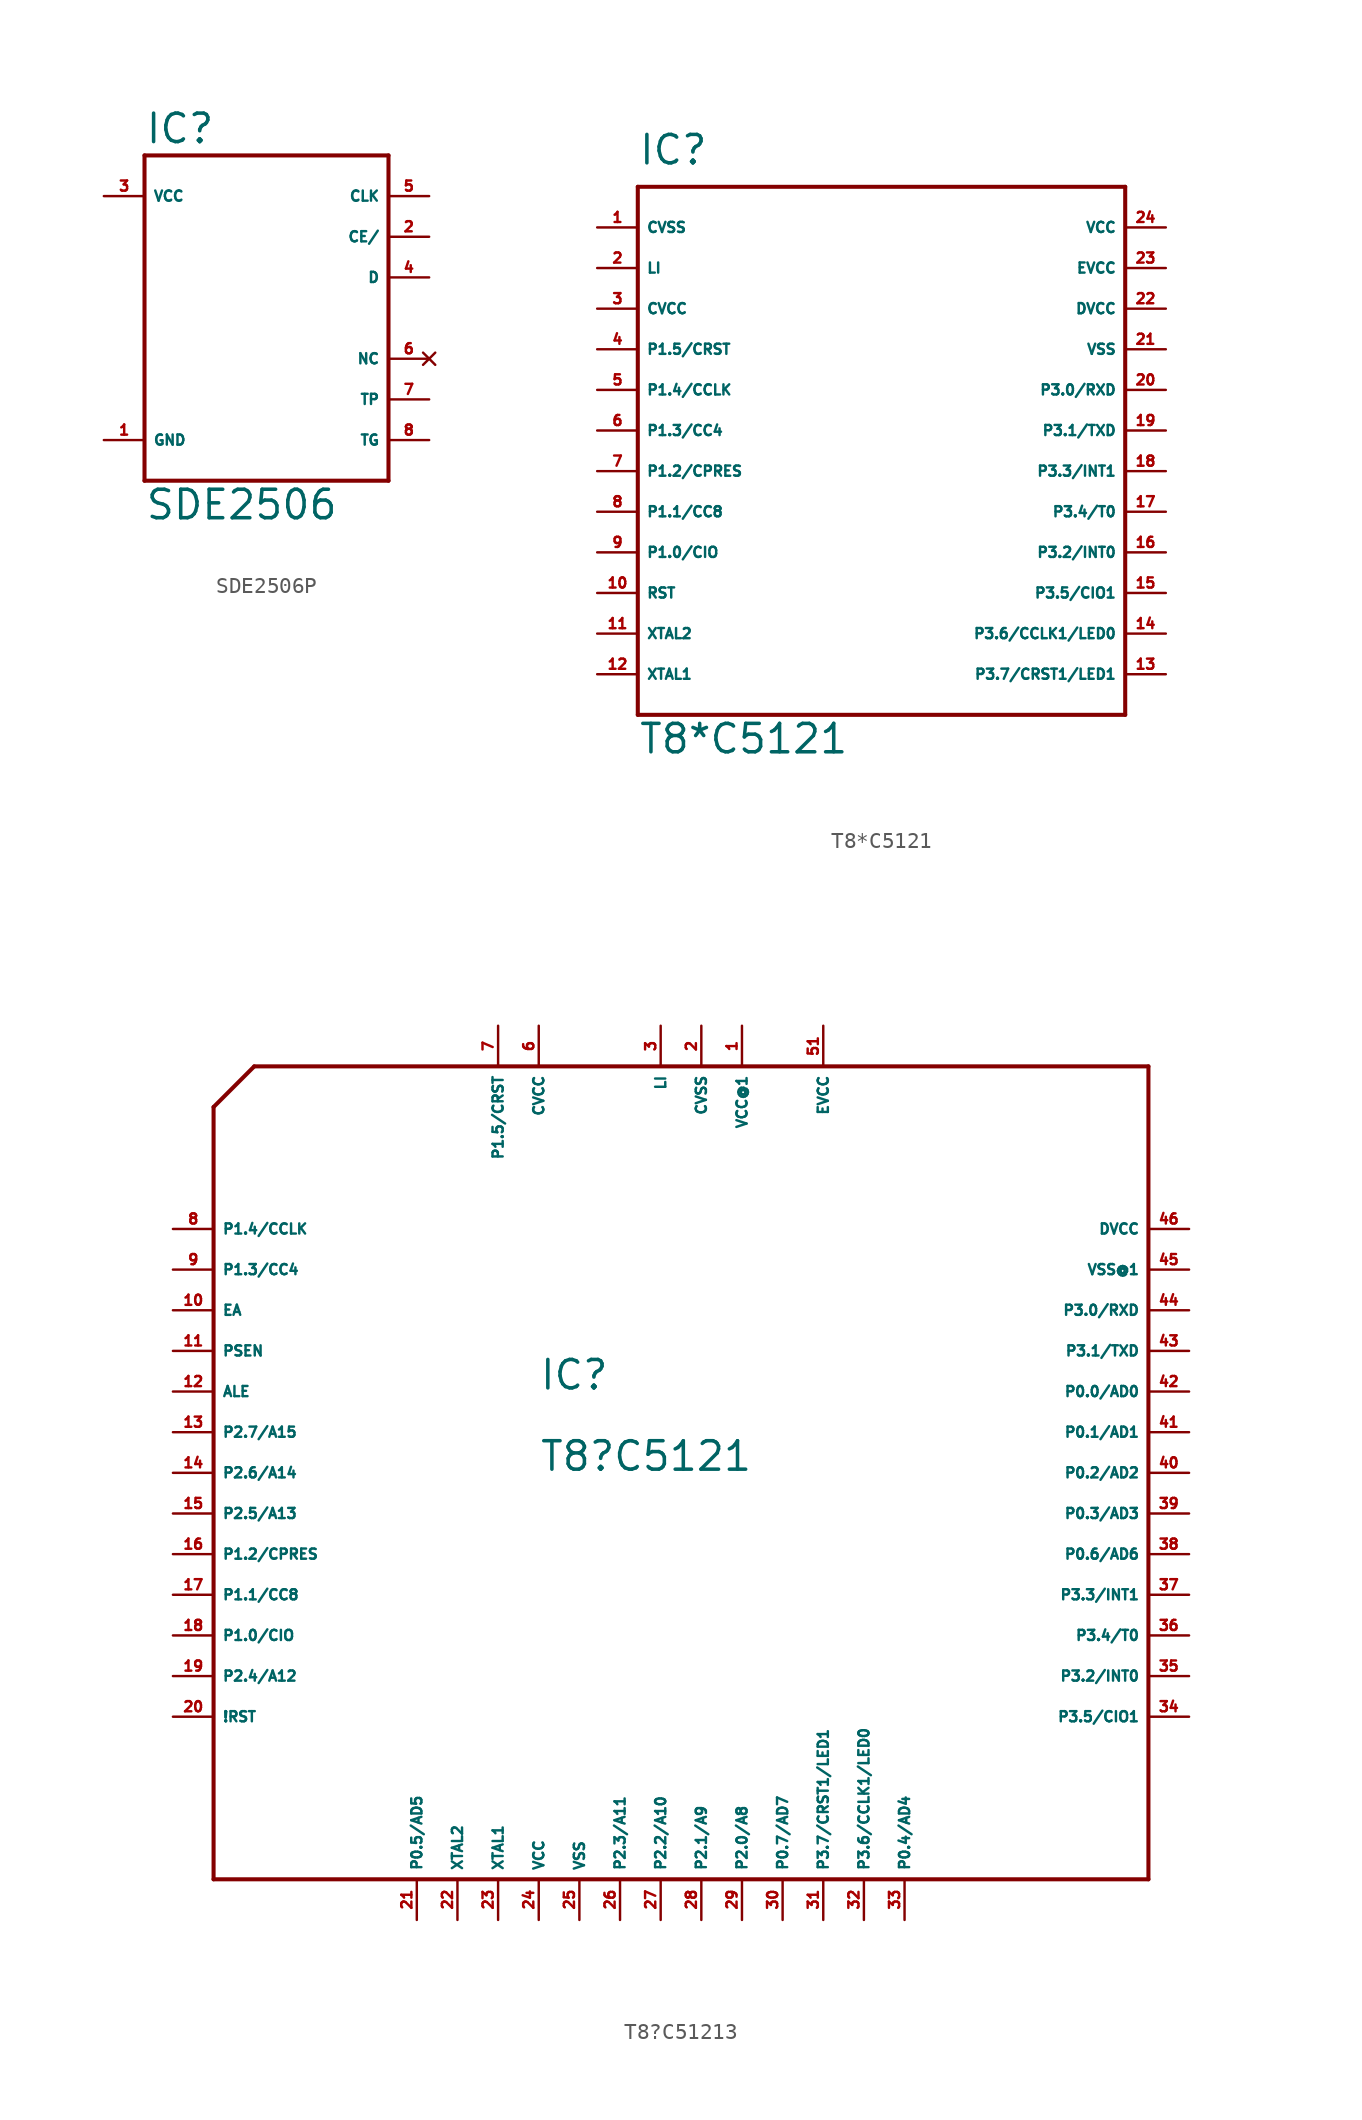
<source format=kicad_sym>
(kicad_symbol_lib
  (version 20220914)
  (generator Eagle2Kicad)
  (symbol "SDE2506P"
    (property "Reference" "IC"
      (at -7.62 10.795 0)
      (effects (font (size 1.778 1.778) (thickness 0.22)) (justify left bottom)))
    (property "Value" "SDE2506"
      (at -7.62 -12.7 0)
      (effects (font (size 1.778 1.778) (thickness 0.22)) (justify left bottom)))
    (polyline
      (pts (xy -7.62 10.16) (xy 7.62 10.16))
      (stroke (width 0.254) (type default))
      (fill (type none)))
    (polyline
      (pts (xy 7.62 10.16) (xy 7.62 -10.16))
      (stroke (width 0.254) (type default))
      (fill (type none)))
    (polyline
      (pts (xy 7.62 -10.16) (xy -7.62 -10.16))
      (stroke (width 0.254) (type default))
      (fill (type none)))
    (polyline
      (pts (xy -7.62 -10.16) (xy -7.62 10.16))
      (stroke (width 0.254) (type default))
      (fill (type none)))
    (pin input line
      (at 10.16 7.62 180)
      (length 2.54)
      (name "CLK" (effects (font (size 0.635 0.635) (thickness 0.08)) (justify left bottom)))
      (number "5" (effects (font (size 0.635 0.635) (thickness 0.08)) (justify left bottom))))
    (pin input line
      (at 10.16 5.08 180)
      (length 2.54)
      (name "CE/" (effects (font (size 0.635 0.635) (thickness 0.08)) (justify left bottom)))
      (number "2" (effects (font (size 0.635 0.635) (thickness 0.08)) (justify left bottom))))
    (pin bidirectional line
      (at 10.16 2.54 180)
      (length 2.54)
      (name "D" (effects (font (size 0.635 0.635) (thickness 0.08)) (justify left bottom)))
      (number "4" (effects (font (size 0.635 0.635) (thickness 0.08)) (justify left bottom))))
    (pin no_connect line
      (at 10.16 -2.54 180)
      (length 2.54)
      (name "NC" (effects (font (size 0.635 0.635) (thickness 0.08)) (justify left bottom) hide))
      (number "6" (effects (font (size 0.635 0.635) (thickness 0.08)) (justify left bottom) hide)))
    (pin input line
      (at 10.16 -5.08 180)
      (length 2.54)
      (name "TP" (effects (font (size 0.635 0.635) (thickness 0.08)) (justify left bottom)))
      (number "7" (effects (font (size 0.635 0.635) (thickness 0.08)) (justify left bottom))))
    (pin bidirectional line
      (at 10.16 -7.62 180)
      (length 2.54)
      (name "TG" (effects (font (size 0.635 0.635) (thickness 0.08)) (justify left bottom)))
      (number "8" (effects (font (size 0.635 0.635) (thickness 0.08)) (justify left bottom))))
    (pin unspecified line
      (at -10.16 -7.62 0)
      (length 2.54)
      (name "GND" (effects (font (size 0.635 0.635) (thickness 0.08)) (justify left bottom)))
      (number "1" (effects (font (size 0.635 0.635) (thickness 0.08)) (justify left bottom))))
    (pin unspecified line
      (at -10.16 7.62 0)
      (length 2.54)
      (name "VCC" (effects (font (size 0.635 0.635) (thickness 0.08)) (justify left bottom)))
      (number "3" (effects (font (size 0.635 0.635) (thickness 0.08)) (justify left bottom)))))
  (symbol "T8*C5121"
    (property "Reference" "IC"
      (at -15.24 19.05 0)
      (effects (font (size 1.778 1.778) (thickness 0.22)) (justify left bottom)))
    (property "Value" "T8*C5121"
      (at -15.24 -17.78 0)
      (effects (font (size 1.778 1.778) (thickness 0.22)) (justify left bottom)))
    (polyline
      (pts (xy -15.24 17.78) (xy -15.24 -15.24))
      (stroke (width 0.254) (type default))
      (fill (type none)))
    (polyline
      (pts (xy -15.24 -15.24) (xy 15.24 -15.24))
      (stroke (width 0.254) (type default))
      (fill (type none)))
    (polyline
      (pts (xy 15.24 -15.24) (xy 15.24 17.78))
      (stroke (width 0.254) (type default))
      (fill (type none)))
    (polyline
      (pts (xy 15.24 17.78) (xy -15.24 17.78))
      (stroke (width 0.254) (type default))
      (fill (type none)))
    (pin unspecified line
      (at -17.78 15.24 0)
      (length 2.54)
      (name "CVSS" (effects (font (size 0.635 0.635) (thickness 0.08)) (justify left bottom)))
      (number "1" (effects (font (size 0.635 0.635) (thickness 0.08)) (justify left bottom))))
    (pin unspecified line
      (at -17.78 12.7 0)
      (length 2.54)
      (name "LI" (effects (font (size 0.635 0.635) (thickness 0.08)) (justify left bottom)))
      (number "2" (effects (font (size 0.635 0.635) (thickness 0.08)) (justify left bottom))))
    (pin unspecified line
      (at -17.78 10.16 0)
      (length 2.54)
      (name "CVCC" (effects (font (size 0.635 0.635) (thickness 0.08)) (justify left bottom)))
      (number "3" (effects (font (size 0.635 0.635) (thickness 0.08)) (justify left bottom))))
    (pin bidirectional line
      (at -17.78 7.62 0)
      (length 2.54)
      (name "P1.5/CRST" (effects (font (size 0.635 0.635) (thickness 0.08)) (justify left bottom)))
      (number "4" (effects (font (size 0.635 0.635) (thickness 0.08)) (justify left bottom))))
    (pin bidirectional line
      (at -17.78 5.08 0)
      (length 2.54)
      (name "P1.4/CCLK" (effects (font (size 0.635 0.635) (thickness 0.08)) (justify left bottom)))
      (number "5" (effects (font (size 0.635 0.635) (thickness 0.08)) (justify left bottom))))
    (pin bidirectional line
      (at -17.78 2.54 0)
      (length 2.54)
      (name "P1.3/CC4" (effects (font (size 0.635 0.635) (thickness 0.08)) (justify left bottom)))
      (number "6" (effects (font (size 0.635 0.635) (thickness 0.08)) (justify left bottom))))
    (pin bidirectional line
      (at -17.78 0 0)
      (length 2.54)
      (name "P1.2/CPRES" (effects (font (size 0.635 0.635) (thickness 0.08)) (justify left bottom)))
      (number "7" (effects (font (size 0.635 0.635) (thickness 0.08)) (justify left bottom))))
    (pin bidirectional line
      (at -17.78 -2.54 0)
      (length 2.54)
      (name "P1.1/CC8" (effects (font (size 0.635 0.635) (thickness 0.08)) (justify left bottom)))
      (number "8" (effects (font (size 0.635 0.635) (thickness 0.08)) (justify left bottom))))
    (pin bidirectional line
      (at -17.78 -5.08 0)
      (length 2.54)
      (name "P1.0/CIO" (effects (font (size 0.635 0.635) (thickness 0.08)) (justify left bottom)))
      (number "9" (effects (font (size 0.635 0.635) (thickness 0.08)) (justify left bottom))))
    (pin bidirectional line
      (at -17.78 -7.62 0)
      (length 2.54)
      (name "RST" (effects (font (size 0.635 0.635) (thickness 0.08)) (justify left bottom)))
      (number "10" (effects (font (size 0.635 0.635) (thickness 0.08)) (justify left bottom))))
    (pin input line
      (at -17.78 -10.16 0)
      (length 2.54)
      (name "XTAL2" (effects (font (size 0.635 0.635) (thickness 0.08)) (justify left bottom)))
      (number "11" (effects (font (size 0.635 0.635) (thickness 0.08)) (justify left bottom))))
    (pin output line
      (at -17.78 -12.7 0)
      (length 2.54)
      (name "XTAL1" (effects (font (size 0.635 0.635) (thickness 0.08)) (justify left bottom)))
      (number "12" (effects (font (size 0.635 0.635) (thickness 0.08)) (justify left bottom))))
    (pin bidirectional line
      (at 17.78 -12.7 180)
      (length 2.54)
      (name "P3.7/CRST1/LED1" (effects (font (size 0.635 0.635) (thickness 0.08)) (justify left bottom)))
      (number "13" (effects (font (size 0.635 0.635) (thickness 0.08)) (justify left bottom))))
    (pin bidirectional line
      (at 17.78 -10.16 180)
      (length 2.54)
      (name "P3.6/CCLK1/LED0" (effects (font (size 0.635 0.635) (thickness 0.08)) (justify left bottom)))
      (number "14" (effects (font (size 0.635 0.635) (thickness 0.08)) (justify left bottom))))
    (pin bidirectional line
      (at 17.78 -7.62 180)
      (length 2.54)
      (name "P3.5/CIO1" (effects (font (size 0.635 0.635) (thickness 0.08)) (justify left bottom)))
      (number "15" (effects (font (size 0.635 0.635) (thickness 0.08)) (justify left bottom))))
    (pin bidirectional line
      (at 17.78 -5.08 180)
      (length 2.54)
      (name "P3.2/INT0" (effects (font (size 0.635 0.635) (thickness 0.08)) (justify left bottom)))
      (number "16" (effects (font (size 0.635 0.635) (thickness 0.08)) (justify left bottom))))
    (pin bidirectional line
      (at 17.78 -2.54 180)
      (length 2.54)
      (name "P3.4/T0" (effects (font (size 0.635 0.635) (thickness 0.08)) (justify left bottom)))
      (number "17" (effects (font (size 0.635 0.635) (thickness 0.08)) (justify left bottom))))
    (pin bidirectional line
      (at 17.78 0 180)
      (length 2.54)
      (name "P3.3/INT1" (effects (font (size 0.635 0.635) (thickness 0.08)) (justify left bottom)))
      (number "18" (effects (font (size 0.635 0.635) (thickness 0.08)) (justify left bottom))))
    (pin bidirectional line
      (at 17.78 2.54 180)
      (length 2.54)
      (name "P3.1/TXD" (effects (font (size 0.635 0.635) (thickness 0.08)) (justify left bottom)))
      (number "19" (effects (font (size 0.635 0.635) (thickness 0.08)) (justify left bottom))))
    (pin bidirectional line
      (at 17.78 5.08 180)
      (length 2.54)
      (name "P3.0/RXD" (effects (font (size 0.635 0.635) (thickness 0.08)) (justify left bottom)))
      (number "20" (effects (font (size 0.635 0.635) (thickness 0.08)) (justify left bottom))))
    (pin unspecified line
      (at 17.78 7.62 180)
      (length 2.54)
      (name "VSS" (effects (font (size 0.635 0.635) (thickness 0.08)) (justify left bottom)))
      (number "21" (effects (font (size 0.635 0.635) (thickness 0.08)) (justify left bottom))))
    (pin unspecified line
      (at 17.78 10.16 180)
      (length 2.54)
      (name "DVCC" (effects (font (size 0.635 0.635) (thickness 0.08)) (justify left bottom)))
      (number "22" (effects (font (size 0.635 0.635) (thickness 0.08)) (justify left bottom))))
    (pin passive line
      (at 17.78 12.7 180)
      (length 2.54)
      (name "EVCC" (effects (font (size 0.635 0.635) (thickness 0.08)) (justify left bottom)))
      (number "23" (effects (font (size 0.635 0.635) (thickness 0.08)) (justify left bottom))))
    (pin unspecified line
      (at 17.78 15.24 180)
      (length 2.54)
      (name "VCC" (effects (font (size 0.635 0.635) (thickness 0.08)) (justify left bottom)))
      (number "24" (effects (font (size 0.635 0.635) (thickness 0.08)) (justify left bottom)))))
  (symbol "T8?C51213"
    (property "Reference" "IC"
      (at -7.62 5.08 0)
      (effects (font (size 1.778 1.778) (thickness 0.22)) (justify left bottom)))
    (property "Value" "T8?C5121"
      (at -7.62 0 0)
      (effects (font (size 1.778 1.778) (thickness 0.22)) (justify left bottom)))
    (polyline
      (pts (xy -27.94 -25.4) (xy 30.48 -25.4))
      (stroke (width 0.254) (type default))
      (fill (type none)))
    (polyline
      (pts (xy 30.48 -25.4) (xy 30.48 25.4))
      (stroke (width 0.254) (type default))
      (fill (type none)))
    (polyline
      (pts (xy 30.48 25.4) (xy -25.4 25.4))
      (stroke (width 0.254) (type default))
      (fill (type none)))
    (polyline
      (pts (xy -25.4 25.4) (xy -27.94 22.86))
      (stroke (width 0.254) (type default))
      (fill (type none)))
    (polyline
      (pts (xy -27.94 22.86) (xy -27.94 -25.4))
      (stroke (width 0.254) (type default))
      (fill (type none)))
    (pin unspecified line
      (at 2.54 27.94 270)
      (length 2.54)
      (name "CVSS" (effects (font (size 0.635 0.635) (thickness 0.08)) (justify left bottom)))
      (number "2" (effects (font (size 0.635 0.635) (thickness 0.08)) (justify left bottom))))
    (pin unspecified line
      (at 0 27.94 270)
      (length 2.54)
      (name "LI" (effects (font (size 0.635 0.635) (thickness 0.08)) (justify left bottom)))
      (number "3" (effects (font (size 0.635 0.635) (thickness 0.08)) (justify left bottom))))
    (pin unspecified line
      (at -7.62 27.94 270)
      (length 2.54)
      (name "CVCC" (effects (font (size 0.635 0.635) (thickness 0.08)) (justify left bottom)))
      (number "6" (effects (font (size 0.635 0.635) (thickness 0.08)) (justify left bottom))))
    (pin bidirectional line
      (at -10.16 27.94 270)
      (length 2.54)
      (name "P1.5/CRST" (effects (font (size 0.635 0.635) (thickness 0.08)) (justify left bottom)))
      (number "7" (effects (font (size 0.635 0.635) (thickness 0.08)) (justify left bottom))))
    (pin bidirectional line
      (at -30.48 15.24 0)
      (length 2.54)
      (name "P1.4/CCLK" (effects (font (size 0.635 0.635) (thickness 0.08)) (justify left bottom)))
      (number "8" (effects (font (size 0.635 0.635) (thickness 0.08)) (justify left bottom))))
    (pin bidirectional line
      (at -30.48 12.7 0)
      (length 2.54)
      (name "P1.3/CC4" (effects (font (size 0.635 0.635) (thickness 0.08)) (justify left bottom)))
      (number "9" (effects (font (size 0.635 0.635) (thickness 0.08)) (justify left bottom))))
    (pin bidirectional line
      (at -30.48 -5.08 0)
      (length 2.54)
      (name "P1.2/CPRES" (effects (font (size 0.635 0.635) (thickness 0.08)) (justify left bottom)))
      (number "16" (effects (font (size 0.635 0.635) (thickness 0.08)) (justify left bottom))))
    (pin bidirectional line
      (at -30.48 -7.62 0)
      (length 2.54)
      (name "P1.1/CC8" (effects (font (size 0.635 0.635) (thickness 0.08)) (justify left bottom)))
      (number "17" (effects (font (size 0.635 0.635) (thickness 0.08)) (justify left bottom))))
    (pin bidirectional line
      (at -30.48 -10.16 0)
      (length 2.54)
      (name "P1.0/CIO" (effects (font (size 0.635 0.635) (thickness 0.08)) (justify left bottom)))
      (number "18" (effects (font (size 0.635 0.635) (thickness 0.08)) (justify left bottom))))
    (pin bidirectional line
      (at -30.48 -15.24 0)
      (length 2.54)
      (name "!RST" (effects (font (size 0.635 0.635) (thickness 0.08)) (justify left bottom)))
      (number "20" (effects (font (size 0.635 0.635) (thickness 0.08)) (justify left bottom))))
    (pin input line
      (at -12.7 -27.94 90)
      (length 2.54)
      (name "XTAL2" (effects (font (size 0.635 0.635) (thickness 0.08)) (justify left bottom)))
      (number "22" (effects (font (size 0.635 0.635) (thickness 0.08)) (justify left bottom))))
    (pin output line
      (at -10.16 -27.94 90)
      (length 2.54)
      (name "XTAL1" (effects (font (size 0.635 0.635) (thickness 0.08)) (justify left bottom)))
      (number "23" (effects (font (size 0.635 0.635) (thickness 0.08)) (justify left bottom))))
    (pin bidirectional line
      (at 10.16 -27.94 90)
      (length 2.54)
      (name "P3.7/CRST1/LED1" (effects (font (size 0.635 0.635) (thickness 0.08)) (justify left bottom)))
      (number "31" (effects (font (size 0.635 0.635) (thickness 0.08)) (justify left bottom))))
    (pin bidirectional line
      (at 12.7 -27.94 90)
      (length 2.54)
      (name "P3.6/CCLK1/LED0" (effects (font (size 0.635 0.635) (thickness 0.08)) (justify left bottom)))
      (number "32" (effects (font (size 0.635 0.635) (thickness 0.08)) (justify left bottom))))
    (pin bidirectional line
      (at 33.02 -15.24 180)
      (length 2.54)
      (name "P3.5/CIO1" (effects (font (size 0.635 0.635) (thickness 0.08)) (justify left bottom)))
      (number "34" (effects (font (size 0.635 0.635) (thickness 0.08)) (justify left bottom))))
    (pin bidirectional line
      (at 33.02 -12.7 180)
      (length 2.54)
      (name "P3.2/INT0" (effects (font (size 0.635 0.635) (thickness 0.08)) (justify left bottom)))
      (number "35" (effects (font (size 0.635 0.635) (thickness 0.08)) (justify left bottom))))
    (pin bidirectional line
      (at 33.02 -10.16 180)
      (length 2.54)
      (name "P3.4/T0" (effects (font (size 0.635 0.635) (thickness 0.08)) (justify left bottom)))
      (number "36" (effects (font (size 0.635 0.635) (thickness 0.08)) (justify left bottom))))
    (pin bidirectional line
      (at 33.02 -7.62 180)
      (length 2.54)
      (name "P3.3/INT1" (effects (font (size 0.635 0.635) (thickness 0.08)) (justify left bottom)))
      (number "37" (effects (font (size 0.635 0.635) (thickness 0.08)) (justify left bottom))))
    (pin bidirectional line
      (at 33.02 7.62 180)
      (length 2.54)
      (name "P3.1/TXD" (effects (font (size 0.635 0.635) (thickness 0.08)) (justify left bottom)))
      (number "43" (effects (font (size 0.635 0.635) (thickness 0.08)) (justify left bottom))))
    (pin bidirectional line
      (at 33.02 10.16 180)
      (length 2.54)
      (name "P3.0/RXD" (effects (font (size 0.635 0.635) (thickness 0.08)) (justify left bottom)))
      (number "44" (effects (font (size 0.635 0.635) (thickness 0.08)) (justify left bottom))))
    (pin unspecified line
      (at -5.08 -27.94 90)
      (length 2.54)
      (name "VSS" (effects (font (size 0.635 0.635) (thickness 0.08)) (justify left bottom)))
      (number "25" (effects (font (size 0.635 0.635) (thickness 0.08)) (justify left bottom))))
    (pin unspecified line
      (at 33.02 15.24 180)
      (length 2.54)
      (name "DVCC" (effects (font (size 0.635 0.635) (thickness 0.08)) (justify left bottom)))
      (number "46" (effects (font (size 0.635 0.635) (thickness 0.08)) (justify left bottom))))
    (pin passive line
      (at 10.16 27.94 270)
      (length 2.54)
      (name "EVCC" (effects (font (size 0.635 0.635) (thickness 0.08)) (justify left bottom)))
      (number "51" (effects (font (size 0.635 0.635) (thickness 0.08)) (justify left bottom))))
    (pin unspecified line
      (at -7.62 -27.94 90)
      (length 2.54)
      (name "VCC" (effects (font (size 0.635 0.635) (thickness 0.08)) (justify left bottom)))
      (number "24" (effects (font (size 0.635 0.635) (thickness 0.08)) (justify left bottom))))
    (pin bidirectional line
      (at -30.48 10.16 0)
      (length 2.54)
      (name "EA" (effects (font (size 0.635 0.635) (thickness 0.08)) (justify left bottom)))
      (number "10" (effects (font (size 0.635 0.635) (thickness 0.08)) (justify left bottom))))
    (pin bidirectional line
      (at -30.48 7.62 0)
      (length 2.54)
      (name "PSEN" (effects (font (size 0.635 0.635) (thickness 0.08)) (justify left bottom)))
      (number "11" (effects (font (size 0.635 0.635) (thickness 0.08)) (justify left bottom))))
    (pin bidirectional line
      (at -30.48 5.08 0)
      (length 2.54)
      (name "ALE" (effects (font (size 0.635 0.635) (thickness 0.08)) (justify left bottom)))
      (number "12" (effects (font (size 0.635 0.635) (thickness 0.08)) (justify left bottom))))
    (pin bidirectional line
      (at -30.48 2.54 0)
      (length 2.54)
      (name "P2.7/A15" (effects (font (size 0.635 0.635) (thickness 0.08)) (justify left bottom)))
      (number "13" (effects (font (size 0.635 0.635) (thickness 0.08)) (justify left bottom))))
    (pin bidirectional line
      (at -30.48 0 0)
      (length 2.54)
      (name "P2.6/A14" (effects (font (size 0.635 0.635) (thickness 0.08)) (justify left bottom)))
      (number "14" (effects (font (size 0.635 0.635) (thickness 0.08)) (justify left bottom))))
    (pin bidirectional line
      (at -30.48 -2.54 0)
      (length 2.54)
      (name "P2.5/A13" (effects (font (size 0.635 0.635) (thickness 0.08)) (justify left bottom)))
      (number "15" (effects (font (size 0.635 0.635) (thickness 0.08)) (justify left bottom))))
    (pin bidirectional line
      (at -30.48 -12.7 0)
      (length 2.54)
      (name "P2.4/A12" (effects (font (size 0.635 0.635) (thickness 0.08)) (justify left bottom)))
      (number "19" (effects (font (size 0.635 0.635) (thickness 0.08)) (justify left bottom))))
    (pin bidirectional line
      (at -15.24 -27.94 90)
      (length 2.54)
      (name "P0.5/AD5" (effects (font (size 0.635 0.635) (thickness 0.08)) (justify left bottom)))
      (number "21" (effects (font (size 0.635 0.635) (thickness 0.08)) (justify left bottom))))
    (pin bidirectional line
      (at -2.54 -27.94 90)
      (length 2.54)
      (name "P2.3/A11" (effects (font (size 0.635 0.635) (thickness 0.08)) (justify left bottom)))
      (number "26" (effects (font (size 0.635 0.635) (thickness 0.08)) (justify left bottom))))
    (pin bidirectional line
      (at 0 -27.94 90)
      (length 2.54)
      (name "P2.2/A10" (effects (font (size 0.635 0.635) (thickness 0.08)) (justify left bottom)))
      (number "27" (effects (font (size 0.635 0.635) (thickness 0.08)) (justify left bottom))))
    (pin bidirectional line
      (at 2.54 -27.94 90)
      (length 2.54)
      (name "P2.1/A9" (effects (font (size 0.635 0.635) (thickness 0.08)) (justify left bottom)))
      (number "28" (effects (font (size 0.635 0.635) (thickness 0.08)) (justify left bottom))))
    (pin bidirectional line
      (at 5.08 -27.94 90)
      (length 2.54)
      (name "P2.0/A8" (effects (font (size 0.635 0.635) (thickness 0.08)) (justify left bottom)))
      (number "29" (effects (font (size 0.635 0.635) (thickness 0.08)) (justify left bottom))))
    (pin bidirectional line
      (at 7.62 -27.94 90)
      (length 2.54)
      (name "P0.7/AD7" (effects (font (size 0.635 0.635) (thickness 0.08)) (justify left bottom)))
      (number "30" (effects (font (size 0.635 0.635) (thickness 0.08)) (justify left bottom))))
    (pin bidirectional line
      (at 15.24 -27.94 90)
      (length 2.54)
      (name "P0.4/AD4" (effects (font (size 0.635 0.635) (thickness 0.08)) (justify left bottom)))
      (number "33" (effects (font (size 0.635 0.635) (thickness 0.08)) (justify left bottom))))
    (pin bidirectional line
      (at 33.02 -5.08 180)
      (length 2.54)
      (name "P0.6/AD6" (effects (font (size 0.635 0.635) (thickness 0.08)) (justify left bottom)))
      (number "38" (effects (font (size 0.635 0.635) (thickness 0.08)) (justify left bottom))))
    (pin bidirectional line
      (at 33.02 2.54 180)
      (length 2.54)
      (name "P0.1/AD1" (effects (font (size 0.635 0.635) (thickness 0.08)) (justify left bottom)))
      (number "41" (effects (font (size 0.635 0.635) (thickness 0.08)) (justify left bottom))))
    (pin bidirectional line
      (at 33.02 0 180)
      (length 2.54)
      (name "P0.2/AD2" (effects (font (size 0.635 0.635) (thickness 0.08)) (justify left bottom)))
      (number "40" (effects (font (size 0.635 0.635) (thickness 0.08)) (justify left bottom))))
    (pin bidirectional line
      (at 33.02 -2.54 180)
      (length 2.54)
      (name "P0.3/AD3" (effects (font (size 0.635 0.635) (thickness 0.08)) (justify left bottom)))
      (number "39" (effects (font (size 0.635 0.635) (thickness 0.08)) (justify left bottom))))
    (pin bidirectional line
      (at 33.02 5.08 180)
      (length 2.54)
      (name "P0.0/AD0" (effects (font (size 0.635 0.635) (thickness 0.08)) (justify left bottom)))
      (number "42" (effects (font (size 0.635 0.635) (thickness 0.08)) (justify left bottom))))
    (pin unspecified line
      (at 33.02 12.7 180)
      (length 2.54)
      (name "VSS@1" (effects (font (size 0.635 0.635) (thickness 0.08)) (justify left bottom)))
      (number "45" (effects (font (size 0.635 0.635) (thickness 0.08)) (justify left bottom))))
    (pin unspecified line
      (at 5.08 27.94 270)
      (length 2.54)
      (name "VCC@1" (effects (font (size 0.635 0.635) (thickness 0.08)) (justify left bottom)))
      (number "1" (effects (font (size 0.635 0.635) (thickness 0.08)) (justify left bottom))))))
</source>
